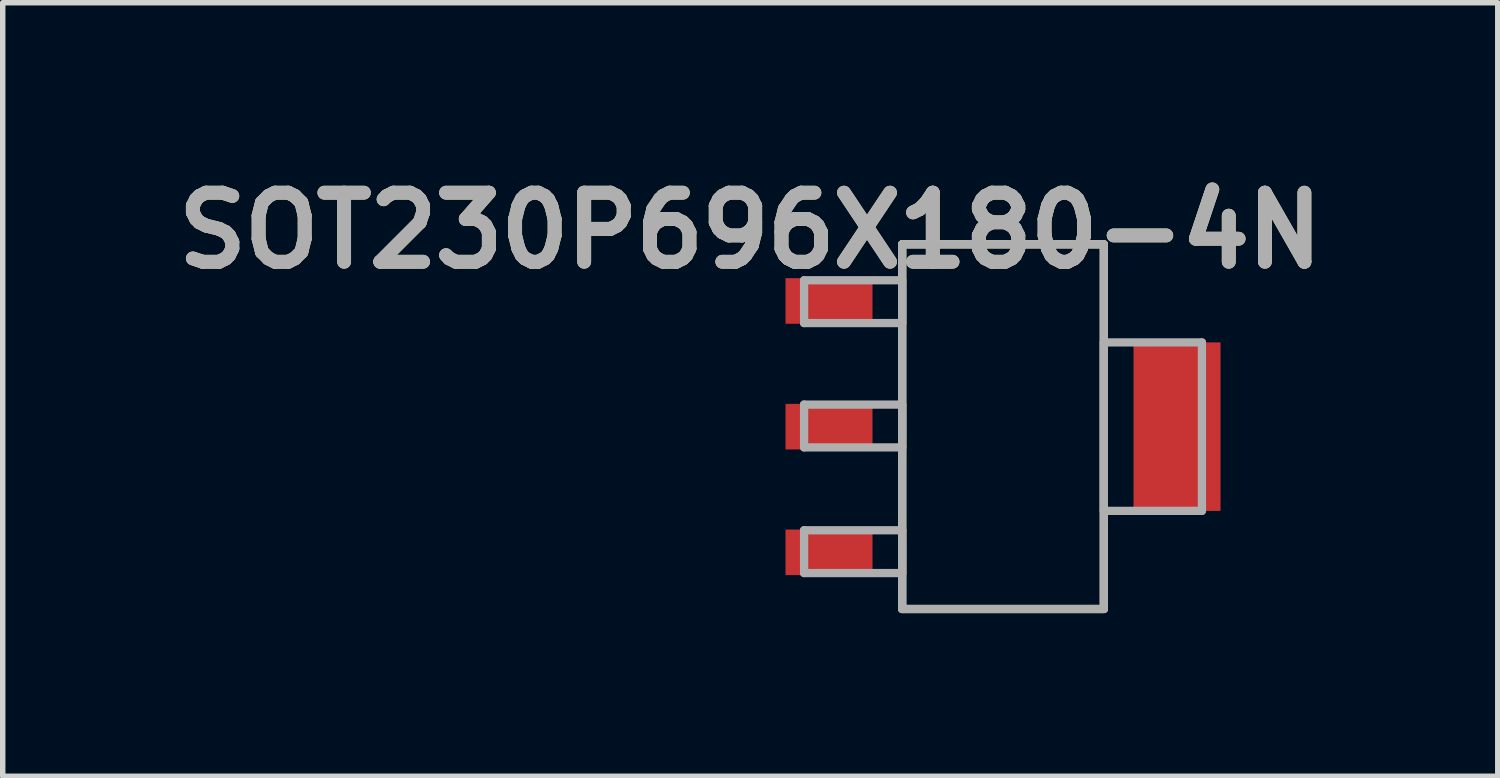
<source format=kicad_pcb>
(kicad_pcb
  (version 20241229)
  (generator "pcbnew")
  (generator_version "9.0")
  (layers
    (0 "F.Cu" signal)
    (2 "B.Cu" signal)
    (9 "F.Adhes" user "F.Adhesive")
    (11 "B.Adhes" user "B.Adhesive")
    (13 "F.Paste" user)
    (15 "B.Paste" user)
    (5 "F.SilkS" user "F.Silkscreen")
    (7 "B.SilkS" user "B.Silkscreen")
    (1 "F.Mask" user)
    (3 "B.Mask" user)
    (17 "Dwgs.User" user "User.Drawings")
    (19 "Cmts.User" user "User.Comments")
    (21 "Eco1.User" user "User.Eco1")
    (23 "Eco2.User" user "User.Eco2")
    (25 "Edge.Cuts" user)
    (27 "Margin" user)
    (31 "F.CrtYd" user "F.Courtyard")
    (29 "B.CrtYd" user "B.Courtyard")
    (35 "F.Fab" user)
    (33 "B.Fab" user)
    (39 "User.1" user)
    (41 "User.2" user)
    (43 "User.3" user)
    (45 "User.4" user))
  (footprint "SOT230P696X180-4N"
    (layer "F.Cu")
    (at 15.395 4.796)
    (property "Reference" "SOT230P696X180-4N" (at -4.648 -3.607 0) (layer "F.SilkS") (effects (font (size 1.27 1.27) (thickness 0.254))))
    (attr smd)
    (fp_line (start -1.854 -3.353) (end -1.854 3.353) (stroke (width 0.152) (type solid)) (layer "F.SilkS"))
    (fp_line (start -1.854 3.353) (end 1.854 3.353) (stroke (width 0.152) (type solid)) (layer "F.SilkS"))
    (fp_line (start 1.854 -3.353) (end -1.854 -3.353) (stroke (width 0.152) (type solid)) (layer "F.SilkS"))
    (fp_line (start 1.854 3.353) (end 1.854 -3.353) (stroke (width 0.152) (type solid)) (layer "F.SilkS"))
    (fp_line (start -3.658 -2.692) (end -3.658 -1.905) (stroke (width 0.152) (type solid)) (layer "F.Fab"))
    (fp_line (start -3.658 -1.905) (end -1.854 -1.905) (stroke (width 0.152) (type solid)) (layer "F.Fab"))
    (fp_line (start -3.658 -0.406) (end -3.658 0.381) (stroke (width 0.152) (type solid)) (layer "F.Fab"))
    (fp_line (start -3.658 0.381) (end -1.854 0.381) (stroke (width 0.152) (type solid)) (layer "F.Fab"))
    (fp_line (start -3.658 1.905) (end -3.658 2.692) (stroke (width 0.152) (type solid)) (layer "F.Fab"))
    (fp_line (start -3.658 2.692) (end -1.854 2.692) (stroke (width 0.152) (type solid)) (layer "F.Fab"))
    (fp_line (start -1.854 -3.353) (end -1.854 3.353) (stroke (width 0.152) (type solid)) (layer "F.Fab"))
    (fp_line (start -1.854 -2.692) (end -3.658 -2.692) (stroke (width 0.152) (type solid)) (layer "F.Fab"))
    (fp_line (start -1.854 -1.905) (end -1.854 -2.692) (stroke (width 0.152) (type solid)) (layer "F.Fab"))
    (fp_line (start -1.854 -0.406) (end -3.658 -0.406) (stroke (width 0.152) (type solid)) (layer "F.Fab"))
    (fp_line (start -1.854 0.381) (end -1.854 -0.406) (stroke (width 0.152) (type solid)) (layer "F.Fab"))
    (fp_line (start -1.854 1.905) (end -3.658 1.905) (stroke (width 0.152) (type solid)) (layer "F.Fab"))
    (fp_line (start -1.854 2.692) (end -1.854 1.905) (stroke (width 0.152) (type solid)) (layer "F.Fab"))
    (fp_line (start -1.854 3.353) (end 1.854 3.353) (stroke (width 0.152) (type solid)) (layer "F.Fab"))
    (fp_line (start 1.854 -3.353) (end -1.854 -3.353) (stroke (width 0.152) (type solid)) (layer "F.Fab"))
    (fp_line (start 1.854 -1.549) (end 1.854 1.549) (stroke (width 0.152) (type solid)) (layer "F.Fab"))
    (fp_line (start 1.854 1.549) (end 3.658 1.549) (stroke (width 0.152) (type solid)) (layer "F.Fab"))
    (fp_line (start 1.854 3.353) (end 1.854 -3.353) (stroke (width 0.152) (type solid)) (layer "F.Fab"))
    (fp_line (start 3.658 -1.549) (end 1.854 -1.549) (stroke (width 0.152) (type solid)) (layer "F.Fab"))
    (fp_line (start 3.658 1.549) (end 3.658 -1.549) (stroke (width 0.152) (type solid)) (layer "F.Fab"))
    (fp_text user "${REFERENCE}" (at -4.648 -3.607 0) (layer "F.Fab") (effects (font (size 1.27 1.27) (thickness 0.254))))
    (pad "1" smd rect (at -3.2 -2.311 90) (size 0.838 1.6) (layers "F.Cu" "F.Mask" "F.Paste"))
    (pad "2" smd rect (at -3.2 0 90) (size 0.838 1.6) (layers "F.Cu" "F.Mask" "F.Paste"))
    (pad "3" smd rect (at -3.2 2.311 90) (size 0.838 1.6) (layers "F.Cu" "F.Mask" "F.Paste"))
    (pad "4" smd rect (at 3.2 0) (size 1.6 3.099) (layers "F.Cu" "F.Mask" "F.Paste")))
  (gr_rect
    (start -3 -3)
    (end 24.493 11.225)
    (stroke (width 0.1) (type default))
    (fill no)
    (layer "Edge.Cuts")))
</source>
